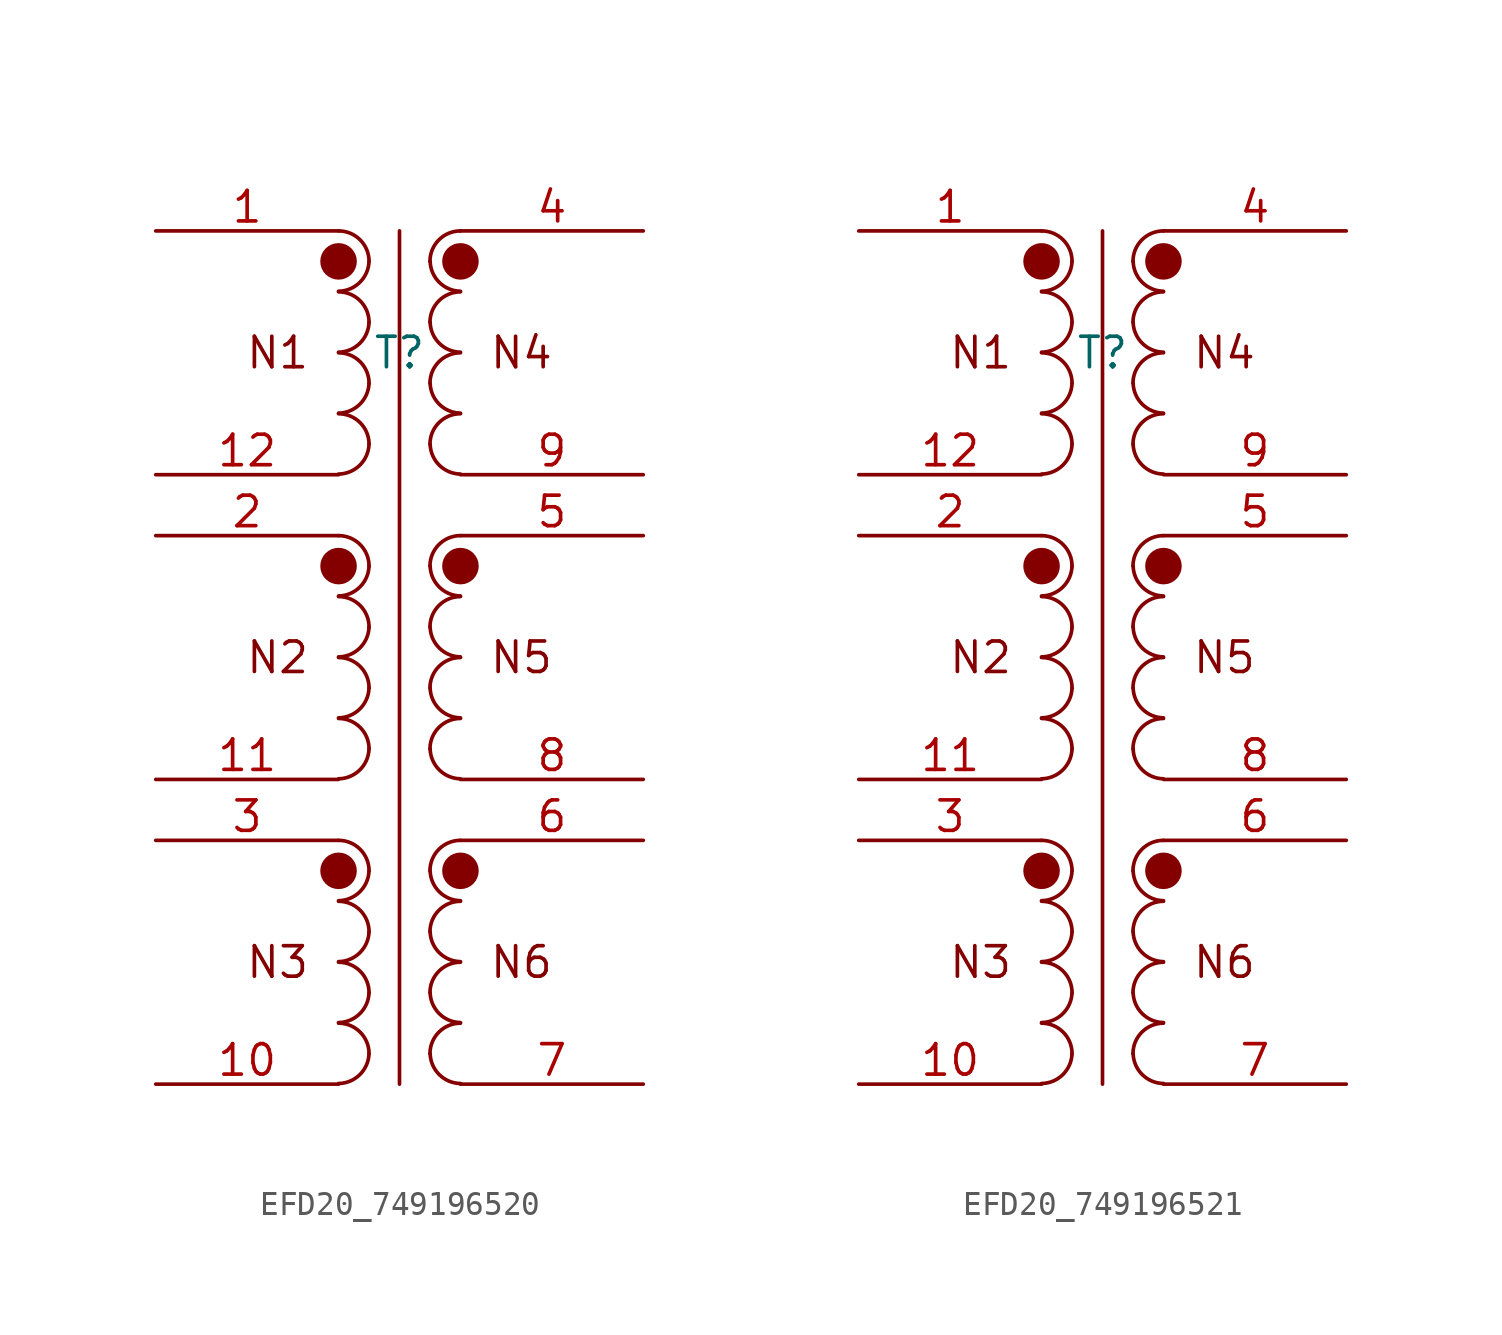
<source format=kicad_sym>
(kicad_symbol_lib
  (version 20220914)
  (generator kicad_symbol_editor)
  (symbol "EFD20_749196520"
    (pin_names hide)
    (property "Reference" "T"
      (at 0 12.7 0)
      (effects (font (size 1.27 1.27))))
    (property "Critical Parameter" ""
      (at 0 -5.08 0)
      (effects (font (size 1.27 1.27)) (justify left)))
    (symbol "EFD20_749196520_0_1"
      (arc (start -2.54 -17.7546) (mid -1.6561 -17.3863) (end -1.27 -16.51) (stroke (width 0) (type default)) (fill (type none)))
      (arc (start -2.54 -15.2146) (mid -1.6561 -14.8463) (end -1.27 -13.97) (stroke (width 0) (type default)) (fill (type none)))
      (arc (start -2.54 -12.6746) (mid -1.6561 -12.3063) (end -1.27 -11.43) (stroke (width 0) (type default)) (fill (type none)))
      (arc (start -2.54 -10.1346) (mid -1.6561 -9.7663) (end -1.27 -8.89) (stroke (width 0) (type default)) (fill (type none)))
      (arc (start -2.54 -5.0546) (mid -1.6561 -4.6863) (end -1.27 -3.81) (stroke (width 0) (type default)) (fill (type none)))
      (arc (start -2.54 -2.5146) (mid -1.6561 -2.1463) (end -1.27 -1.27) (stroke (width 0) (type default)) (fill (type none)))
      (arc (start -2.54 0.0254) (mid -1.6561 0.3937) (end -1.27 1.27) (stroke (width 0) (type default)) (fill (type none)))
      (arc (start -2.54 2.5654) (mid -1.6561 2.9337) (end -1.27 3.81) (stroke (width 0) (type default)) (fill (type none)))
      (arc (start -2.54 7.6454) (mid -1.6561 8.0137) (end -1.27 8.89) (stroke (width 0) (type default)) (fill (type none)))
      (arc (start -2.54 10.1854) (mid -1.6561 10.5537) (end -1.27 11.43) (stroke (width 0) (type default)) (fill (type none)))
      (arc (start -2.54 12.7254) (mid -1.6561 13.0937) (end -1.27 13.97) (stroke (width 0) (type default)) (fill (type none)))
      (arc (start -2.54 15.2654) (mid -1.6561 15.6337) (end -1.27 16.51) (stroke (width 0) (type default)) (fill (type none)))
      (arc (start -1.27 -16.51) (mid -1.642 -15.612) (end -2.54 -15.24) (stroke (width 0) (type default)) (fill (type none)))
      (arc (start -1.27 -13.97) (mid -1.642 -13.072) (end -2.54 -12.7) (stroke (width 0) (type default)) (fill (type none)))
      (arc (start -1.27 -11.43) (mid -1.642 -10.532) (end -2.54 -10.16) (stroke (width 0) (type default)) (fill (type none)))
      (arc (start -1.27 -8.89) (mid -1.642 -7.992) (end -2.54 -7.62) (stroke (width 0) (type default)) (fill (type none)))
      (arc (start -1.27 -3.81) (mid -1.642 -2.912) (end -2.54 -2.54) (stroke (width 0) (type default)) (fill (type none)))
      (arc (start -1.27 -1.27) (mid -1.642 -0.372) (end -2.54 0) (stroke (width 0) (type default)) (fill (type none)))
      (arc (start -1.27 1.27) (mid -1.642 2.168) (end -2.54 2.54) (stroke (width 0) (type default)) (fill (type none)))
      (arc (start -1.27 3.81) (mid -1.642 4.708) (end -2.54 5.08) (stroke (width 0) (type default)) (fill (type none)))
      (arc (start -1.27 8.89) (mid -1.642 9.788) (end -2.54 10.16) (stroke (width 0) (type default)) (fill (type none)))
      (arc (start -1.27 11.43) (mid -1.642 12.328) (end -2.54 12.7) (stroke (width 0) (type default)) (fill (type none)))
      (arc (start -1.27 13.97) (mid -1.642 14.868) (end -2.54 15.24) (stroke (width 0) (type default)) (fill (type none)))
      (arc (start -1.27 16.51) (mid -1.642 17.408) (end -2.54 17.78) (stroke (width 0) (type default)) (fill (type none)))
      (polyline (pts (xy 0 -17.78) (xy 0 17.78)) (stroke (width 0) (type default)) (fill (type none)))
      (arc (start 1.27 -16.51) (mid 1.6561 -17.3863) (end 2.54 -17.7546) (stroke (width 0) (type default)) (fill (type none)))
      (arc (start 1.27 -13.97) (mid 1.6561 -14.8463) (end 2.54 -15.2146) (stroke (width 0) (type default)) (fill (type none)))
      (arc (start 1.27 -11.43) (mid 1.6561 -12.3063) (end 2.54 -12.6746) (stroke (width 0) (type default)) (fill (type none)))
      (arc (start 1.27 -8.89) (mid 1.6561 -9.7663) (end 2.54 -10.1346) (stroke (width 0) (type default)) (fill (type none)))
      (arc (start 1.27 -3.81) (mid 1.6561 -4.6863) (end 2.54 -5.0546) (stroke (width 0) (type default)) (fill (type none)))
      (arc (start 1.27 -1.27) (mid 1.6561 -2.1463) (end 2.54 -2.5146) (stroke (width 0) (type default)) (fill (type none)))
      (arc (start 1.27 1.27) (mid 1.6561 0.3937) (end 2.54 0.0254) (stroke (width 0) (type default)) (fill (type none)))
      (arc (start 1.27 3.81) (mid 1.6561 2.9337) (end 2.54 2.5654) (stroke (width 0) (type default)) (fill (type none)))
      (arc (start 1.27 8.89) (mid 1.6561 8.0137) (end 2.54 7.6454) (stroke (width 0) (type default)) (fill (type none)))
      (arc (start 1.27 11.43) (mid 1.6561 10.5537) (end 2.54 10.1854) (stroke (width 0) (type default)) (fill (type none)))
      (arc (start 1.27 13.97) (mid 1.6561 13.0937) (end 2.54 12.7254) (stroke (width 0) (type default)) (fill (type none)))
      (arc (start 1.27 16.51) (mid 1.6561 15.6337) (end 2.54 15.2654) (stroke (width 0) (type default)) (fill (type none)))
      (arc (start 2.54 -15.24) (mid 1.642 -15.612) (end 1.27 -16.51) (stroke (width 0) (type default)) (fill (type none)))
      (arc (start 2.54 -12.7) (mid 1.642 -13.072) (end 1.27 -13.97) (stroke (width 0) (type default)) (fill (type none)))
      (arc (start 2.54 -10.16) (mid 1.642 -10.532) (end 1.27 -11.43) (stroke (width 0) (type default)) (fill (type none)))
      (arc (start 2.54 -7.62) (mid 1.642 -7.992) (end 1.27 -8.89) (stroke (width 0) (type default)) (fill (type none)))
      (arc (start 2.54 -2.54) (mid 1.642 -2.912) (end 1.27 -3.81) (stroke (width 0) (type default)) (fill (type none)))
      (arc (start 2.54 0) (mid 1.642 -0.372) (end 1.27 -1.27) (stroke (width 0) (type default)) (fill (type none)))
      (arc (start 2.54 2.54) (mid 1.642 2.168) (end 1.27 1.27) (stroke (width 0) (type default)) (fill (type none)))
      (arc (start 2.54 5.08) (mid 1.642 4.708) (end 1.27 3.81) (stroke (width 0) (type default)) (fill (type none)))
      (arc (start 2.54 10.16) (mid 1.642 9.788) (end 1.27 8.89) (stroke (width 0) (type default)) (fill (type none)))
      (arc (start 2.54 12.7) (mid 1.642 12.328) (end 1.27 11.43) (stroke (width 0) (type default)) (fill (type none)))
      (arc (start 2.54 15.24) (mid 1.642 14.868) (end 1.27 13.97) (stroke (width 0) (type default)) (fill (type none)))
      (arc (start 2.54 17.78) (mid 1.642 17.408) (end 1.27 16.51) (stroke (width 0) (type default)) (fill (type none))))
    (symbol "EFD20_749196520_1_1"
      (circle (center -2.54 -8.89) (radius 0.0001) (stroke (width 0.762) (type default)) (fill (type none)))
      (circle (center -2.54 3.81) (radius 0.0001) (stroke (width 0.762) (type default)) (fill (type none)))
      (circle (center -2.54 16.51) (radius 0.0001) (stroke (width 0.762) (type default)) (fill (type none)))
      (circle (center 2.54 -8.89) (radius 0.0001) (stroke (width 0.762) (type default)) (fill (type none)))
      (circle (center 2.54 3.81) (radius 0.0001) (stroke (width 0.762) (type default)) (fill (type none)))
      (circle (center 2.54 16.51) (radius 0.0001) (stroke (width 0.762) (type default)) (fill (type none)))
      (text "N1" (at -5.08 12.7 0) (effects (font (size 1.27 1.27))))
      (text "N2" (at -5.08 0 0) (effects (font (size 1.27 1.27))))
      (text "N3" (at -5.08 -12.7 0) (effects (font (size 1.27 1.27))))
      (text "N4" (at 5.08 12.7 0) (effects (font (size 1.27 1.27))))
      (text "N5" (at 5.08 0 0) (effects (font (size 1.27 1.27))))
      (text "N6" (at 5.08 -12.7 0) (effects (font (size 1.27 1.27))))
      (pin passive line (at -10.16 17.78 0) (length 7.62) (name "1" (effects (font (size 1.27 1.27)))) (number "1" (effects (font (size 1.27 1.27)))))
      (pin passive line (at -10.16 7.62 0) (length 7.62) (name "12" (effects (font (size 1.27 1.27)))) (number "12" (effects (font (size 1.27 1.27)))))
      (pin passive line (at -10.16 5.08 0) (length 7.62) (name "2" (effects (font (size 1.27 1.27)))) (number "2" (effects (font (size 1.27 1.27)))))
      (pin passive line (at -10.16 -5.08 0) (length 7.62) (name "11" (effects (font (size 1.27 1.27)))) (number "11" (effects (font (size 1.27 1.27)))))
      (pin passive line (at -10.16 -7.62 0) (length 7.62) (name "3" (effects (font (size 1.27 1.27)))) (number "3" (effects (font (size 1.27 1.27)))))
      (pin passive line (at -10.16 -17.78 0) (length 7.62) (name "10" (effects (font (size 1.27 1.27)))) (number "10" (effects (font (size 1.27 1.27)))))
      (pin passive line (at 10.16 -17.78 180) (length 7.62) (name "7" (effects (font (size 1.27 1.27)))) (number "7" (effects (font (size 1.27 1.27)))))
      (pin passive line (at 10.16 -7.62 180) (length 7.62) (name "6" (effects (font (size 1.27 1.27)))) (number "6" (effects (font (size 1.27 1.27)))))
      (pin passive line (at 10.16 -5.08 180) (length 7.62) (name "8" (effects (font (size 1.27 1.27)))) (number "8" (effects (font (size 1.27 1.27)))))
      (pin passive line (at 10.16 5.08 180) (length 7.62) (name "5" (effects (font (size 1.27 1.27)))) (number "5" (effects (font (size 1.27 1.27)))))
      (pin passive line (at 10.16 7.62 180) (length 7.62) (name "9" (effects (font (size 1.27 1.27)))) (number "9" (effects (font (size 1.27 1.27)))))
      (pin passive line (at 10.16 17.78 180) (length 7.62) (name "4" (effects (font (size 1.27 1.27)))) (number "4" (effects (font (size 1.27 1.27)))))))
  (symbol "EFD20_749196521"
    (pin_names hide)
    (property "Reference" "T"
      (at 0 12.7 0)
      (effects (font (size 1.27 1.27))))
    (property "Critical Parameter" ""
      (at 0 -5.08 0)
      (effects (font (size 1.27 1.27)) (justify left)))
    (symbol "EFD20_749196521_0_1"
      (arc (start -2.54 -17.7546) (mid -1.6561 -17.3863) (end -1.27 -16.51) (stroke (width 0) (type default)) (fill (type none)))
      (arc (start -2.54 -15.2146) (mid -1.6561 -14.8463) (end -1.27 -13.97) (stroke (width 0) (type default)) (fill (type none)))
      (arc (start -2.54 -12.6746) (mid -1.6561 -12.3063) (end -1.27 -11.43) (stroke (width 0) (type default)) (fill (type none)))
      (arc (start -2.54 -10.1346) (mid -1.6561 -9.7663) (end -1.27 -8.89) (stroke (width 0) (type default)) (fill (type none)))
      (arc (start -2.54 -5.0546) (mid -1.6561 -4.6863) (end -1.27 -3.81) (stroke (width 0) (type default)) (fill (type none)))
      (arc (start -2.54 -2.5146) (mid -1.6561 -2.1463) (end -1.27 -1.27) (stroke (width 0) (type default)) (fill (type none)))
      (arc (start -2.54 0.0254) (mid -1.6561 0.3937) (end -1.27 1.27) (stroke (width 0) (type default)) (fill (type none)))
      (arc (start -2.54 2.5654) (mid -1.6561 2.9337) (end -1.27 3.81) (stroke (width 0) (type default)) (fill (type none)))
      (arc (start -2.54 7.6454) (mid -1.6561 8.0137) (end -1.27 8.89) (stroke (width 0) (type default)) (fill (type none)))
      (arc (start -2.54 10.1854) (mid -1.6561 10.5537) (end -1.27 11.43) (stroke (width 0) (type default)) (fill (type none)))
      (arc (start -2.54 12.7254) (mid -1.6561 13.0937) (end -1.27 13.97) (stroke (width 0) (type default)) (fill (type none)))
      (arc (start -2.54 15.2654) (mid -1.6561 15.6337) (end -1.27 16.51) (stroke (width 0) (type default)) (fill (type none)))
      (arc (start -1.27 -16.51) (mid -1.642 -15.612) (end -2.54 -15.24) (stroke (width 0) (type default)) (fill (type none)))
      (arc (start -1.27 -13.97) (mid -1.642 -13.072) (end -2.54 -12.7) (stroke (width 0) (type default)) (fill (type none)))
      (arc (start -1.27 -11.43) (mid -1.642 -10.532) (end -2.54 -10.16) (stroke (width 0) (type default)) (fill (type none)))
      (arc (start -1.27 -8.89) (mid -1.642 -7.992) (end -2.54 -7.62) (stroke (width 0) (type default)) (fill (type none)))
      (arc (start -1.27 -3.81) (mid -1.642 -2.912) (end -2.54 -2.54) (stroke (width 0) (type default)) (fill (type none)))
      (arc (start -1.27 -1.27) (mid -1.642 -0.372) (end -2.54 0) (stroke (width 0) (type default)) (fill (type none)))
      (arc (start -1.27 1.27) (mid -1.642 2.168) (end -2.54 2.54) (stroke (width 0) (type default)) (fill (type none)))
      (arc (start -1.27 3.81) (mid -1.642 4.708) (end -2.54 5.08) (stroke (width 0) (type default)) (fill (type none)))
      (arc (start -1.27 8.89) (mid -1.642 9.788) (end -2.54 10.16) (stroke (width 0) (type default)) (fill (type none)))
      (arc (start -1.27 11.43) (mid -1.642 12.328) (end -2.54 12.7) (stroke (width 0) (type default)) (fill (type none)))
      (arc (start -1.27 13.97) (mid -1.642 14.868) (end -2.54 15.24) (stroke (width 0) (type default)) (fill (type none)))
      (arc (start -1.27 16.51) (mid -1.642 17.408) (end -2.54 17.78) (stroke (width 0) (type default)) (fill (type none)))
      (polyline (pts (xy 0 -17.78) (xy 0 17.78)) (stroke (width 0) (type default)) (fill (type none)))
      (arc (start 1.27 -16.51) (mid 1.6561 -17.3863) (end 2.54 -17.7546) (stroke (width 0) (type default)) (fill (type none)))
      (arc (start 1.27 -13.97) (mid 1.6561 -14.8463) (end 2.54 -15.2146) (stroke (width 0) (type default)) (fill (type none)))
      (arc (start 1.27 -11.43) (mid 1.6561 -12.3063) (end 2.54 -12.6746) (stroke (width 0) (type default)) (fill (type none)))
      (arc (start 1.27 -8.89) (mid 1.6561 -9.7663) (end 2.54 -10.1346) (stroke (width 0) (type default)) (fill (type none)))
      (arc (start 1.27 -3.81) (mid 1.6561 -4.6863) (end 2.54 -5.0546) (stroke (width 0) (type default)) (fill (type none)))
      (arc (start 1.27 -1.27) (mid 1.6561 -2.1463) (end 2.54 -2.5146) (stroke (width 0) (type default)) (fill (type none)))
      (arc (start 1.27 1.27) (mid 1.6561 0.3937) (end 2.54 0.0254) (stroke (width 0) (type default)) (fill (type none)))
      (arc (start 1.27 3.81) (mid 1.6561 2.9337) (end 2.54 2.5654) (stroke (width 0) (type default)) (fill (type none)))
      (arc (start 1.27 8.89) (mid 1.6561 8.0137) (end 2.54 7.6454) (stroke (width 0) (type default)) (fill (type none)))
      (arc (start 1.27 11.43) (mid 1.6561 10.5537) (end 2.54 10.1854) (stroke (width 0) (type default)) (fill (type none)))
      (arc (start 1.27 13.97) (mid 1.6561 13.0937) (end 2.54 12.7254) (stroke (width 0) (type default)) (fill (type none)))
      (arc (start 1.27 16.51) (mid 1.6561 15.6337) (end 2.54 15.2654) (stroke (width 0) (type default)) (fill (type none)))
      (arc (start 2.54 -15.24) (mid 1.642 -15.612) (end 1.27 -16.51) (stroke (width 0) (type default)) (fill (type none)))
      (arc (start 2.54 -12.7) (mid 1.642 -13.072) (end 1.27 -13.97) (stroke (width 0) (type default)) (fill (type none)))
      (arc (start 2.54 -10.16) (mid 1.642 -10.532) (end 1.27 -11.43) (stroke (width 0) (type default)) (fill (type none)))
      (arc (start 2.54 -7.62) (mid 1.642 -7.992) (end 1.27 -8.89) (stroke (width 0) (type default)) (fill (type none)))
      (arc (start 2.54 -2.54) (mid 1.642 -2.912) (end 1.27 -3.81) (stroke (width 0) (type default)) (fill (type none)))
      (arc (start 2.54 0) (mid 1.642 -0.372) (end 1.27 -1.27) (stroke (width 0) (type default)) (fill (type none)))
      (arc (start 2.54 2.54) (mid 1.642 2.168) (end 1.27 1.27) (stroke (width 0) (type default)) (fill (type none)))
      (arc (start 2.54 5.08) (mid 1.642 4.708) (end 1.27 3.81) (stroke (width 0) (type default)) (fill (type none)))
      (arc (start 2.54 10.16) (mid 1.642 9.788) (end 1.27 8.89) (stroke (width 0) (type default)) (fill (type none)))
      (arc (start 2.54 12.7) (mid 1.642 12.328) (end 1.27 11.43) (stroke (width 0) (type default)) (fill (type none)))
      (arc (start 2.54 15.24) (mid 1.642 14.868) (end 1.27 13.97) (stroke (width 0) (type default)) (fill (type none)))
      (arc (start 2.54 17.78) (mid 1.642 17.408) (end 1.27 16.51) (stroke (width 0) (type default)) (fill (type none))))
    (symbol "EFD20_749196521_1_1"
      (circle (center -2.54 -8.89) (radius 0.0001) (stroke (width 0.762) (type default)) (fill (type none)))
      (circle (center -2.54 3.81) (radius 0.0001) (stroke (width 0.762) (type default)) (fill (type none)))
      (circle (center -2.54 16.51) (radius 0.0001) (stroke (width 0.762) (type default)) (fill (type none)))
      (circle (center 2.54 -8.89) (radius 0.0001) (stroke (width 0.762) (type default)) (fill (type none)))
      (circle (center 2.54 3.81) (radius 0.0001) (stroke (width 0.762) (type default)) (fill (type none)))
      (circle (center 2.54 16.51) (radius 0.0001) (stroke (width 0.762) (type default)) (fill (type none)))
      (text "N1" (at -5.08 12.7 0) (effects (font (size 1.27 1.27))))
      (text "N2" (at -5.08 0 0) (effects (font (size 1.27 1.27))))
      (text "N3" (at -5.08 -12.7 0) (effects (font (size 1.27 1.27))))
      (text "N4" (at 5.08 12.7 0) (effects (font (size 1.27 1.27))))
      (text "N5" (at 5.08 0 0) (effects (font (size 1.27 1.27))))
      (text "N6" (at 5.08 -12.7 0) (effects (font (size 1.27 1.27))))
      (pin passive line (at -10.16 17.78 0) (length 7.62) (name "1" (effects (font (size 1.27 1.27)))) (number "1" (effects (font (size 1.27 1.27)))))
      (pin passive line (at -10.16 7.62 0) (length 7.62) (name "12" (effects (font (size 1.27 1.27)))) (number "12" (effects (font (size 1.27 1.27)))))
      (pin passive line (at -10.16 5.08 0) (length 7.62) (name "2" (effects (font (size 1.27 1.27)))) (number "2" (effects (font (size 1.27 1.27)))))
      (pin passive line (at -10.16 -5.08 0) (length 7.62) (name "11" (effects (font (size 1.27 1.27)))) (number "11" (effects (font (size 1.27 1.27)))))
      (pin passive line (at -10.16 -7.62 0) (length 7.62) (name "3" (effects (font (size 1.27 1.27)))) (number "3" (effects (font (size 1.27 1.27)))))
      (pin passive line (at -10.16 -17.78 0) (length 7.62) (name "10" (effects (font (size 1.27 1.27)))) (number "10" (effects (font (size 1.27 1.27)))))
      (pin passive line (at 10.16 -17.78 180) (length 7.62) (name "7" (effects (font (size 1.27 1.27)))) (number "7" (effects (font (size 1.27 1.27)))))
      (pin passive line (at 10.16 -7.62 180) (length 7.62) (name "6" (effects (font (size 1.27 1.27)))) (number "6" (effects (font (size 1.27 1.27)))))
      (pin passive line (at 10.16 -5.08 180) (length 7.62) (name "8" (effects (font (size 1.27 1.27)))) (number "8" (effects (font (size 1.27 1.27)))))
      (pin passive line (at 10.16 5.08 180) (length 7.62) (name "5" (effects (font (size 1.27 1.27)))) (number "5" (effects (font (size 1.27 1.27)))))
      (pin passive line (at 10.16 7.62 180) (length 7.62) (name "9" (effects (font (size 1.27 1.27)))) (number "9" (effects (font (size 1.27 1.27)))))
      (pin passive line (at 10.16 17.78 180) (length 7.62) (name "4" (effects (font (size 1.27 1.27)))) (number "4" (effects (font (size 1.27 1.27))))))))
</source>
